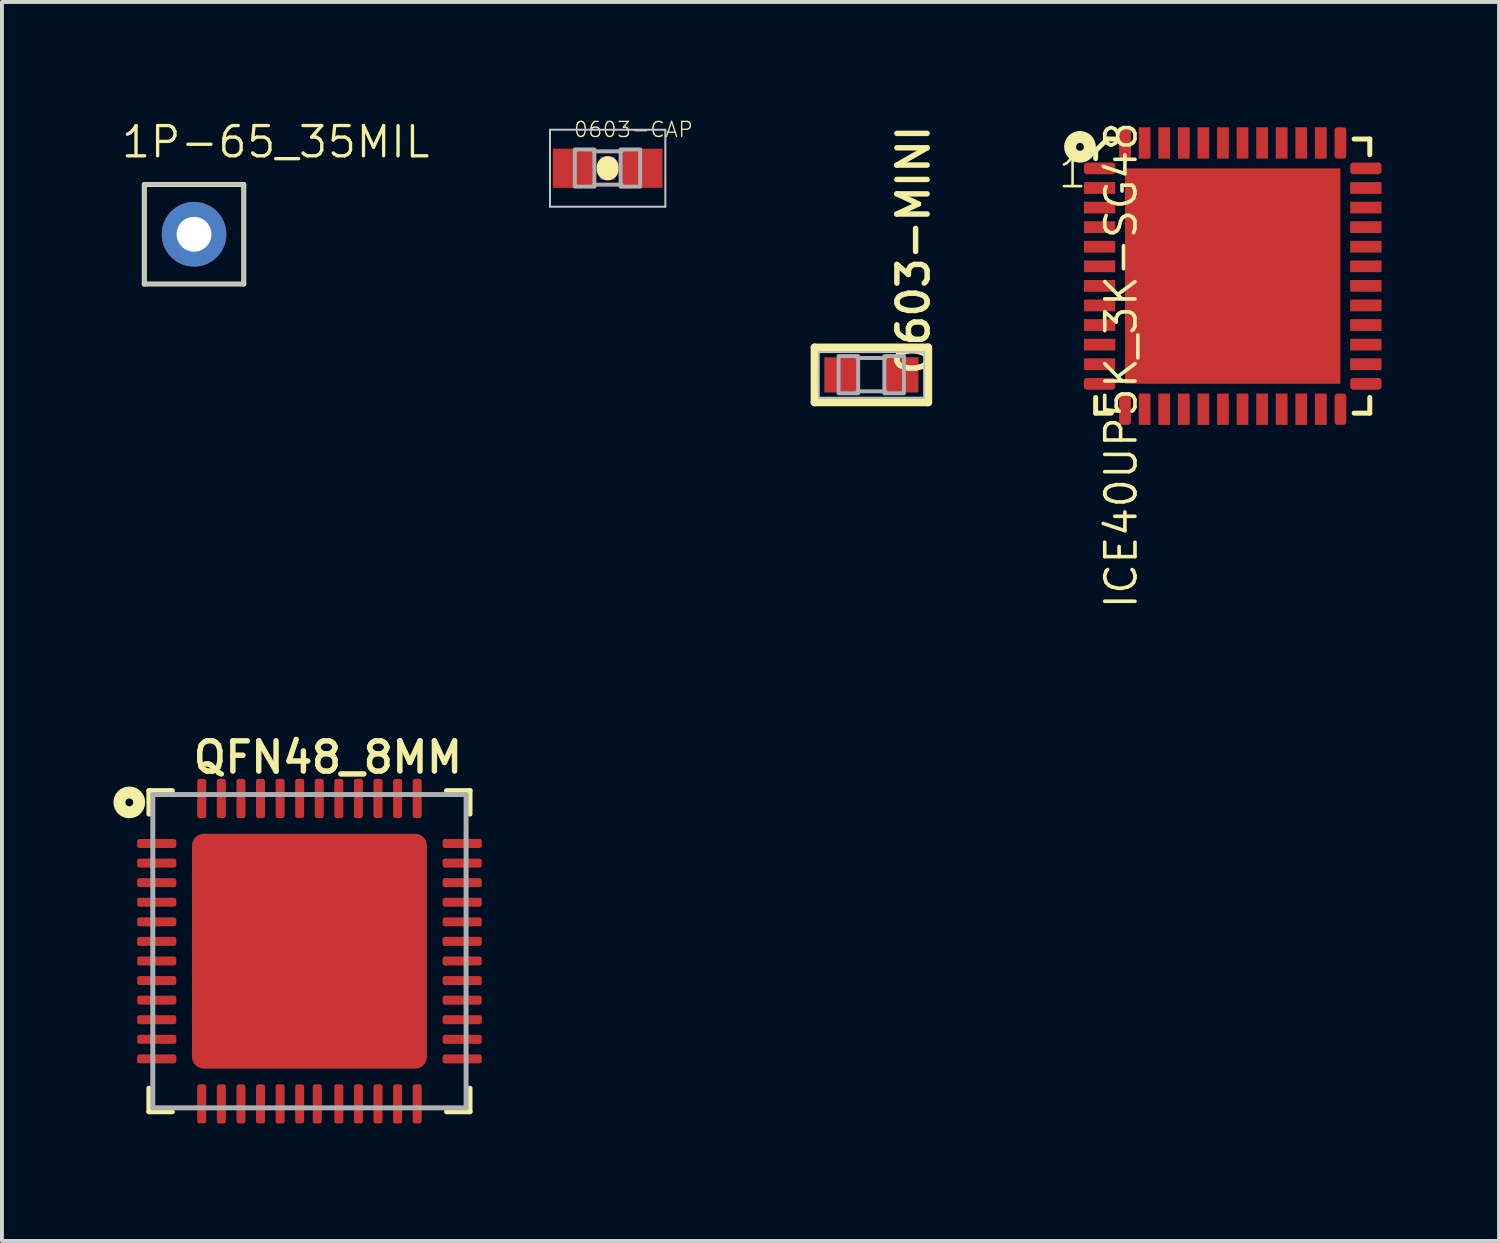
<source format=kicad_pcb>
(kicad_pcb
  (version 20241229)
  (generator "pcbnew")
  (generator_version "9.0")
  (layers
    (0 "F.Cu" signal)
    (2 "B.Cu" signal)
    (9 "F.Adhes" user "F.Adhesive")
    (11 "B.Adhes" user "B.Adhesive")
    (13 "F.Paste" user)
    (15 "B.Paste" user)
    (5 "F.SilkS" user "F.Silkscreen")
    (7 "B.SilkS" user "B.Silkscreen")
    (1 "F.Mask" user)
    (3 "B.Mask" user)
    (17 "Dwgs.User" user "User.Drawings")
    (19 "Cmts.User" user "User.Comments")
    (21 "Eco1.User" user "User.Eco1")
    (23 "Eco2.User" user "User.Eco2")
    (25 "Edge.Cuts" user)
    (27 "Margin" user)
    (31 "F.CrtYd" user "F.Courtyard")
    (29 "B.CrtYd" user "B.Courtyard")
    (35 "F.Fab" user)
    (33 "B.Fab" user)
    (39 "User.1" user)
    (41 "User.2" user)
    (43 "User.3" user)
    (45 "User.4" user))
  (footprint "ICE40UP5K_3K-SG48"
    (layer "F.Cu")
    (at 28.428 4)
    (property "Reference" "ICE40UP5K_3K-SG48" (at -3.3 -4 270) (layer "F.SilkS") (effects (font (size 0.772 0.772) (thickness 0.093)) (justify right top)))
    (attr through_hole)
    (fp_line (start -3.5 -3.2) (end -3.5 -3) (stroke (width 0.127) (type solid)) (layer "F.SilkS"))
    (fp_line (start -3.5 3.1) (end -3.5 3.5) (stroke (width 0.127) (type solid)) (layer "F.SilkS"))
    (fp_line (start -3.5 3.5) (end -3.1 3.5) (stroke (width 0.127) (type solid)) (layer "F.SilkS"))
    (fp_line (start -3.2 -3.5) (end -3.5 -3.2) (stroke (width 0.127) (type solid)) (layer "F.SilkS"))
    (fp_line (start -3 -3.5) (end -3.2 -3.5) (stroke (width 0.127) (type solid)) (layer "F.SilkS"))
    (fp_line (start 3.1 3.5) (end 3.5 3.5) (stroke (width 0.127) (type solid)) (layer "F.SilkS"))
    (fp_line (start 3.5 -3.5) (end 3.1 -3.5) (stroke (width 0.127) (type solid)) (layer "F.SilkS"))
    (fp_line (start 3.5 -3.1) (end 3.5 -3.5) (stroke (width 0.127) (type solid)) (layer "F.SilkS"))
    (fp_line (start 3.5 3.5) (end 3.5 3.1) (stroke (width 0.127) (type solid)) (layer "F.SilkS"))
    (fp_circle (center -3.9 -3.3) (end -3.8 -3.3) (stroke (width 0.305) (type solid)) (fill no) (layer "F.SilkS"))
    (fp_text user "1" (at -4.5 -2.2 0) (layer "F.SilkS") (effects (font (size 0.772 0.772) (thickness 0.065)) (justify left bottom)))
    (pad "1" smd roundrect (at -3.4 -2.75) (size 0.8 0.3) (layers "F.Cu" "F.Mask" "F.Paste") (roundrect_rratio 0.25))
    (pad "2" smd rect (at -3.4 -2.25) (size 0.8 0.3) (layers "F.Cu" "F.Mask" "F.Paste"))
    (pad "3" smd rect (at -3.4 -1.75) (size 0.8 0.3) (layers "F.Cu" "F.Mask" "F.Paste"))
    (pad "4" smd rect (at -3.4 -1.25) (size 0.8 0.3) (layers "F.Cu" "F.Mask" "F.Paste"))
    (pad "5" smd rect (at -3.4 -0.75) (size 0.8 0.3) (layers "F.Cu" "F.Mask" "F.Paste"))
    (pad "6" smd rect (at -3.4 -0.25) (size 0.8 0.3) (layers "F.Cu" "F.Mask" "F.Paste"))
    (pad "7" smd rect (at -3.4 0.25) (size 0.8 0.3) (layers "F.Cu" "F.Mask" "F.Paste"))
    (pad "8" smd rect (at -3.4 0.75) (size 0.8 0.3) (layers "F.Cu" "F.Mask" "F.Paste"))
    (pad "9" smd rect (at -3.4 1.25) (size 0.8 0.3) (layers "F.Cu" "F.Mask" "F.Paste"))
    (pad "10" smd rect (at -3.4 1.75) (size 0.8 0.3) (layers "F.Cu" "F.Mask" "F.Paste"))
    (pad "11" smd rect (at -3.4 2.25) (size 0.8 0.3) (layers "F.Cu" "F.Mask" "F.Paste"))
    (pad "12" smd roundrect (at -3.4 2.75) (size 0.8 0.3) (layers "F.Cu" "F.Mask" "F.Paste") (roundrect_rratio 0.25))
    (pad "13" smd roundrect (at -2.75 3.4 90) (size 0.8 0.3) (layers "F.Cu" "F.Mask" "F.Paste") (roundrect_rratio 0.25))
    (pad "14" smd rect (at -2.25 3.4 90) (size 0.8 0.3) (layers "F.Cu" "F.Mask" "F.Paste"))
    (pad "15" smd rect (at -1.75 3.4 90) (size 0.8 0.3) (layers "F.Cu" "F.Mask" "F.Paste"))
    (pad "16" smd rect (at -1.25 3.4 90) (size 0.8 0.3) (layers "F.Cu" "F.Mask" "F.Paste"))
    (pad "17" smd rect (at -0.75 3.4 90) (size 0.8 0.3) (layers "F.Cu" "F.Mask" "F.Paste"))
    (pad "18" smd rect (at -0.25 3.4 90) (size 0.8 0.3) (layers "F.Cu" "F.Mask" "F.Paste"))
    (pad "19" smd rect (at 0.25 3.4 90) (size 0.8 0.3) (layers "F.Cu" "F.Mask" "F.Paste"))
    (pad "20" smd rect (at 0.75 3.4 90) (size 0.8 0.3) (layers "F.Cu" "F.Mask" "F.Paste"))
    (pad "21" smd rect (at 1.25 3.4 90) (size 0.8 0.3) (layers "F.Cu" "F.Mask" "F.Paste"))
    (pad "22" smd rect (at 1.75 3.4 90) (size 0.8 0.3) (layers "F.Cu" "F.Mask" "F.Paste"))
    (pad "23" smd rect (at 2.25 3.4 90) (size 0.8 0.3) (layers "F.Cu" "F.Mask" "F.Paste"))
    (pad "24" smd roundrect (at 2.75 3.4 90) (size 0.8 0.3) (layers "F.Cu" "F.Mask" "F.Paste") (roundrect_rratio 0.25))
    (pad "25" smd roundrect (at 3.4 2.75) (size 0.8 0.3) (layers "F.Cu" "F.Mask" "F.Paste") (roundrect_rratio 0.25))
    (pad "26" smd rect (at 3.4 2.25) (size 0.8 0.3) (layers "F.Cu" "F.Mask" "F.Paste"))
    (pad "27" smd rect (at 3.4 1.75) (size 0.8 0.3) (layers "F.Cu" "F.Mask" "F.Paste"))
    (pad "28" smd rect (at 3.4 1.25) (size 0.8 0.3) (layers "F.Cu" "F.Mask" "F.Paste"))
    (pad "29" smd rect (at 3.4 0.75) (size 0.8 0.3) (layers "F.Cu" "F.Mask" "F.Paste"))
    (pad "30" smd rect (at 3.4 0.25) (size 0.8 0.3) (layers "F.Cu" "F.Mask" "F.Paste"))
    (pad "31" smd rect (at 3.4 -0.25) (size 0.8 0.3) (layers "F.Cu" "F.Mask" "F.Paste"))
    (pad "32" smd rect (at 3.4 -0.75) (size 0.8 0.3) (layers "F.Cu" "F.Mask" "F.Paste"))
    (pad "33" smd rect (at 3.4 -1.25) (size 0.8 0.3) (layers "F.Cu" "F.Mask" "F.Paste"))
    (pad "34" smd rect (at 3.4 -1.75) (size 0.8 0.3) (layers "F.Cu" "F.Mask" "F.Paste"))
    (pad "35" smd rect (at 3.4 -2.25) (size 0.8 0.3) (layers "F.Cu" "F.Mask" "F.Paste"))
    (pad "36" smd roundrect (at 3.4 -2.75) (size 0.8 0.3) (layers "F.Cu" "F.Mask" "F.Paste") (roundrect_rratio 0.25))
    (pad "37" smd roundrect (at 2.75 -3.4 90) (size 0.8 0.3) (layers "F.Cu" "F.Mask" "F.Paste") (roundrect_rratio 0.25))
    (pad "38" smd rect (at 2.25 -3.4 90) (size 0.8 0.3) (layers "F.Cu" "F.Mask" "F.Paste"))
    (pad "39" smd rect (at 1.75 -3.4 90) (size 0.8 0.3) (layers "F.Cu" "F.Mask" "F.Paste"))
    (pad "40" smd rect (at 1.25 -3.4 90) (size 0.8 0.3) (layers "F.Cu" "F.Mask" "F.Paste"))
    (pad "41" smd rect (at 0.75 -3.4 90) (size 0.8 0.3) (layers "F.Cu" "F.Mask" "F.Paste"))
    (pad "42" smd rect (at 0.25 -3.4 90) (size 0.8 0.3) (layers "F.Cu" "F.Mask" "F.Paste"))
    (pad "43" smd rect (at -0.25 -3.4 90) (size 0.8 0.3) (layers "F.Cu" "F.Mask" "F.Paste"))
    (pad "44" smd rect (at -0.75 -3.4 90) (size 0.8 0.3) (layers "F.Cu" "F.Mask" "F.Paste"))
    (pad "45" smd rect (at -1.25 -3.4 90) (size 0.8 0.3) (layers "F.Cu" "F.Mask" "F.Paste"))
    (pad "46" smd rect (at -1.75 -3.4 90) (size 0.8 0.3) (layers "F.Cu" "F.Mask" "F.Paste"))
    (pad "47" smd rect (at -2.25 -3.4 90) (size 0.8 0.3) (layers "F.Cu" "F.Mask" "F.Paste"))
    (pad "48" smd roundrect (at -2.75 -3.4 90) (size 0.8 0.3) (layers "F.Cu" "F.Mask" "F.Paste") (roundrect_rratio 0.25))
    (pad "49" smd rect (at 0 0) (size 5.5 5.5) (layers "F.Cu" "F.Mask" "F.Paste")))
  (footprint "0603-MINI"
    (layer "F.Cu")
    (at 19.202 6.523)
    (property "Reference" "0603-MINI" (at 1.524 0.064 90) (layer "F.SilkS") (effects (font (size 0.772 0.772) (thickness 0.139)) (justify left bottom)))
    (attr through_hole)
    (fp_line (start -1.45 -0.7) (end 1.45 -0.7) (stroke (width 0.203) (type solid)) (layer "F.SilkS"))
    (fp_line (start -1.45 0.7) (end -1.45 -0.7) (stroke (width 0.203) (type solid)) (layer "F.SilkS"))
    (fp_line (start 1.45 -0.7) (end 1.45 0.7) (stroke (width 0.203) (type solid)) (layer "F.SilkS"))
    (fp_line (start 1.45 0.7) (end -1.45 0.7) (stroke (width 0.203) (type solid)) (layer "F.SilkS"))
    (fp_line (start -1.346 -0.583) (end 1.346 -0.583) (stroke (width 0.051) (type solid)) (layer "Dwgs.User"))
    (fp_line (start -1.346 0.583) (end -1.346 -0.583) (stroke (width 0.051) (type solid)) (layer "Dwgs.User"))
    (fp_line (start 1.346 -0.583) (end 1.346 0.583) (stroke (width 0.051) (type solid)) (layer "Dwgs.User"))
    (fp_line (start 1.346 0.583) (end -1.346 0.583) (stroke (width 0.051) (type solid)) (layer "Dwgs.User"))
    (fp_line (start -0.356 -0.432) (end 0.356 -0.432) (stroke (width 0.102) (type solid)) (layer "F.Fab"))
    (fp_line (start -0.356 0.419) (end 0.356 0.419) (stroke (width 0.102) (type solid)) (layer "F.Fab"))
    (fp_poly (pts (xy -0.838 0.47) (xy -0.338 0.47) (xy -0.338 -0.48) (xy -0.838 -0.48)) (stroke (width 0.1) (type solid)) (fill no) (layer "F.Fab"))
    (fp_poly (pts (xy 0.33 0.47) (xy 0.83 0.47) (xy 0.83 -0.48) (xy 0.33 -0.48)) (stroke (width 0.1) (type solid)) (fill no) (layer "F.Fab"))
    (pad "1" smd rect (at -0.75 0) (size 0.9 0.9) (layers "F.Cu" "F.Mask" "F.Paste"))
    (pad "2" smd rect (at 0.75 0) (size 0.9 0.9) (layers "F.Cu" "F.Mask" "F.Paste")))
  (footprint "1P-65_35MIL"
    (layer "F.Cu")
    (at 1.905 2.932)
    (property "Reference" "1P-65_35MIL" (at -1.905 -1.905 0) (layer "F.SilkS") (effects (font (size 0.772 0.772) (thickness 0.085)) (justify left bottom)))
    (attr through_hole)
    (fp_line (start -1.27 -1.27) (end 1.27 -1.27) (stroke (width 0.127) (type solid)) (layer "F.SilkS"))
    (fp_line (start -1.27 1.27) (end -1.27 -1.27) (stroke (width 0.127) (type solid)) (layer "F.SilkS"))
    (fp_line (start 1.27 -1.27) (end 1.27 1.27) (stroke (width 0.127) (type solid)) (layer "F.SilkS"))
    (fp_line (start 1.27 1.27) (end -1.27 1.27) (stroke (width 0.127) (type solid)) (layer "F.SilkS"))
    (fp_poly (pts (xy -1.27 1.27) (xy 1.27 1.27) (xy 1.27 -1.27) (xy -1.27 -1.27)) (stroke (width 0.1) (type solid)) (fill no) (layer "Dwgs.User"))
    (pad "1" thru_hole circle (at 0 0) (size 1.651 1.651) (drill 0.889) (layers "*.Cu" "*.Mask")))
  (footprint "0603-CAP"
    (layer "F.Cu")
    (at 12.467 1.246)
    (property "Reference" "0603-CAP" (at -0.889 -0.762 0) (layer "F.SilkS") (effects (font (size 0.386 0.386) (thickness 0.033)) (justify left bottom)))
    (attr through_hole)
    (fp_line (start 0 -0.03) (end 0 0.03) (stroke (width 0.559) (type solid)) (layer "F.SilkS"))
    (fp_poly (pts (xy -0.2 0.3) (xy 0.2 0.3) (xy 0.2 -0.3) (xy -0.2 -0.3)) (stroke (width 0) (type solid)) (fill yes) (layer "F.Adhes"))
    (fp_line (start -1.473 -0.983) (end 1.473 -0.983) (stroke (width 0.051) (type solid)) (layer "Dwgs.User"))
    (fp_line (start -1.473 0.983) (end -1.473 -0.983) (stroke (width 0.051) (type solid)) (layer "Dwgs.User"))
    (fp_line (start 1.473 -0.983) (end 1.473 0.983) (stroke (width 0.051) (type solid)) (layer "Dwgs.User"))
    (fp_line (start 1.473 0.983) (end -1.473 0.983) (stroke (width 0.051) (type solid)) (layer "Dwgs.User"))
    (fp_line (start -0.356 -0.432) (end 0.356 -0.432) (stroke (width 0.102) (type solid)) (layer "F.Fab"))
    (fp_line (start -0.356 0.419) (end 0.356 0.419) (stroke (width 0.102) (type solid)) (layer "F.Fab"))
    (fp_poly (pts (xy -0.838 0.47) (xy -0.338 0.47) (xy -0.338 -0.48) (xy -0.838 -0.48)) (stroke (width 0.1) (type solid)) (fill no) (layer "F.Fab"))
    (fp_poly (pts (xy 0.33 0.47) (xy 0.83 0.47) (xy 0.83 -0.48) (xy 0.33 -0.48)) (stroke (width 0.1) (type solid)) (fill no) (layer "F.Fab"))
    (pad "1" smd rect (at -0.85 0) (size 1.1 1) (layers "F.Cu" "F.Mask" "F.Paste"))
    (pad "2" smd rect (at 0.85 0) (size 1.1 1) (layers "F.Cu" "F.Mask" "F.Paste")))
  (footprint "QFN48_8MM"
    (layer "F.Cu")
    (at 4.852 21.239)
    (property "Reference" "QFN48_8MM" (at -3.04 -4.498 0) (layer "F.SilkS") (effects (font (size 0.772 0.772) (thickness 0.139)) (justify left bottom)))
    (attr through_hole)
    (fp_line (start -4.1 -4.1) (end -4.1 -3.5) (stroke (width 0.127) (type solid)) (layer "F.SilkS"))
    (fp_line (start -4.1 3.5) (end -4.1 4.1) (stroke (width 0.127) (type solid)) (layer "F.SilkS"))
    (fp_line (start -4.1 4.1) (end -3.5 4.1) (stroke (width 0.127) (type solid)) (layer "F.SilkS"))
    (fp_line (start -3.5 -4.1) (end -4.1 -4.1) (stroke (width 0.127) (type solid)) (layer "F.SilkS"))
    (fp_line (start 3.5 -4.1) (end 4.1 -4.1) (stroke (width 0.127) (type solid)) (layer "F.SilkS"))
    (fp_line (start 4.1 -4.1) (end 4.1 -3.5) (stroke (width 0.127) (type solid)) (layer "F.SilkS"))
    (fp_line (start 4.1 3.5) (end 4.1 4.1) (stroke (width 0.127) (type solid)) (layer "F.SilkS"))
    (fp_line (start 4.1 4.1) (end 3.5 4.1) (stroke (width 0.127) (type solid)) (layer "F.SilkS"))
    (fp_circle (center -4.6 -3.8) (end -4.5 -3.8) (stroke (width 0.305) (type solid)) (fill no) (layer "F.SilkS"))
    (fp_poly (pts (xy -2 -0.5) (xy -0.5 -0.5) (xy -0.5 -2) (xy -2 -2)) (stroke (width 0) (type solid)) (fill yes) (layer "F.Paste"))
    (fp_poly (pts (xy -2 2) (xy -0.5 2) (xy -0.5 0.5) (xy -2 0.5)) (stroke (width 0) (type solid)) (fill yes) (layer "F.Paste"))
    (fp_poly (pts (xy 0.5 -0.5) (xy 2 -0.5) (xy 2 -2) (xy 0.5 -2)) (stroke (width 0) (type solid)) (fill yes) (layer "F.Paste"))
    (fp_poly (pts (xy 0.5 2) (xy 2 2) (xy 2 0.5) (xy 0.5 0.5)) (stroke (width 0) (type solid)) (fill yes) (layer "F.Paste"))
    (fp_line (start -4 -4) (end 4 -4) (stroke (width 0.127) (type solid)) (layer "F.Fab"))
    (fp_line (start -4 4) (end -4 -4) (stroke (width 0.127) (type solid)) (layer "F.Fab"))
    (fp_line (start 4 -4) (end 4 4) (stroke (width 0.127) (type solid)) (layer "F.Fab"))
    (fp_line (start 4 4) (end -4 4) (stroke (width 0.127) (type solid)) (layer "F.Fab"))
    (pad "1" smd roundrect (at -3.9 -2.75 90) (size 0.23 1) (layers "F.Cu" "F.Mask" "F.Paste") (roundrect_rratio 0.25))
    (pad "2" smd roundrect (at -3.9 -2.25 90) (size 0.23 1) (layers "F.Cu" "F.Mask" "F.Paste") (roundrect_rratio 0.25))
    (pad "3" smd roundrect (at -3.9 -1.75 90) (size 0.23 1) (layers "F.Cu" "F.Mask" "F.Paste") (roundrect_rratio 0.25))
    (pad "4" smd roundrect (at -3.9 -1.25 90) (size 0.23 1) (layers "F.Cu" "F.Mask" "F.Paste") (roundrect_rratio 0.25))
    (pad "5" smd roundrect (at -3.9 -0.75 90) (size 0.23 1) (layers "F.Cu" "F.Mask" "F.Paste") (roundrect_rratio 0.25))
    (pad "6" smd roundrect (at -3.9 -0.25 90) (size 0.23 1) (layers "F.Cu" "F.Mask" "F.Paste") (roundrect_rratio 0.25))
    (pad "7" smd roundrect (at -3.9 0.25 90) (size 0.23 1) (layers "F.Cu" "F.Mask" "F.Paste") (roundrect_rratio 0.25))
    (pad "8" smd roundrect (at -3.9 0.75 90) (size 0.23 1) (layers "F.Cu" "F.Mask" "F.Paste") (roundrect_rratio 0.25))
    (pad "9" smd roundrect (at -3.9 1.25 90) (size 0.23 1) (layers "F.Cu" "F.Mask" "F.Paste") (roundrect_rratio 0.25))
    (pad "10" smd roundrect (at -3.9 1.75 90) (size 0.23 1) (layers "F.Cu" "F.Mask" "F.Paste") (roundrect_rratio 0.25))
    (pad "11" smd roundrect (at -3.9 2.25 90) (size 0.23 1) (layers "F.Cu" "F.Mask" "F.Paste") (roundrect_rratio 0.25))
    (pad "12" smd roundrect (at -3.9 2.75 90) (size 0.23 1) (layers "F.Cu" "F.Mask" "F.Paste") (roundrect_rratio 0.25))
    (pad "13" smd roundrect (at -2.75 3.9 180) (size 0.23 1) (layers "F.Cu" "F.Mask" "F.Paste") (roundrect_rratio 0.25))
    (pad "14" smd roundrect (at -2.25 3.9 180) (size 0.23 1) (layers "F.Cu" "F.Mask" "F.Paste") (roundrect_rratio 0.25))
    (pad "15" smd roundrect (at -1.75 3.9 180) (size 0.23 1) (layers "F.Cu" "F.Mask" "F.Paste") (roundrect_rratio 0.25))
    (pad "16" smd roundrect (at -1.25 3.9 180) (size 0.23 1) (layers "F.Cu" "F.Mask" "F.Paste") (roundrect_rratio 0.25))
    (pad "17" smd roundrect (at -0.75 3.9 180) (size 0.23 1) (layers "F.Cu" "F.Mask" "F.Paste") (roundrect_rratio 0.25))
    (pad "18" smd roundrect (at -0.25 3.9 180) (size 0.23 1) (layers "F.Cu" "F.Mask" "F.Paste") (roundrect_rratio 0.25))
    (pad "19" smd roundrect (at 0.2 3.9 180) (size 0.23 1) (layers "F.Cu" "F.Mask" "F.Paste") (roundrect_rratio 0.25))
    (pad "20" smd roundrect (at 0.75 3.9 180) (size 0.23 1) (layers "F.Cu" "F.Mask" "F.Paste") (roundrect_rratio 0.25))
    (pad "21" smd roundrect (at 1.25 3.9 180) (size 0.23 1) (layers "F.Cu" "F.Mask" "F.Paste") (roundrect_rratio 0.25))
    (pad "22" smd roundrect (at 1.75 3.9 180) (size 0.23 1) (layers "F.Cu" "F.Mask" "F.Paste") (roundrect_rratio 0.25))
    (pad "23" smd roundrect (at 2.25 3.9 180) (size 0.23 1) (layers "F.Cu" "F.Mask" "F.Paste") (roundrect_rratio 0.25))
    (pad "24" smd roundrect (at 2.75 3.9 180) (size 0.23 1) (layers "F.Cu" "F.Mask" "F.Paste") (roundrect_rratio 0.25))
    (pad "25" smd roundrect (at 3.9 2.75 270) (size 0.23 1) (layers "F.Cu" "F.Mask" "F.Paste") (roundrect_rratio 0.25))
    (pad "26" smd roundrect (at 3.9 2.25 270) (size 0.23 1) (layers "F.Cu" "F.Mask" "F.Paste") (roundrect_rratio 0.25))
    (pad "27" smd roundrect (at 3.9 1.75 270) (size 0.23 1) (layers "F.Cu" "F.Mask" "F.Paste") (roundrect_rratio 0.25))
    (pad "28" smd roundrect (at 3.9 1.25 270) (size 0.23 1) (layers "F.Cu" "F.Mask" "F.Paste") (roundrect_rratio 0.25))
    (pad "29" smd roundrect (at 3.9 0.75 270) (size 0.23 1) (layers "F.Cu" "F.Mask" "F.Paste") (roundrect_rratio 0.25))
    (pad "30" smd roundrect (at 3.9 0.25 270) (size 0.23 1) (layers "F.Cu" "F.Mask" "F.Paste") (roundrect_rratio 0.25))
    (pad "31" smd roundrect (at 3.9 -0.25 270) (size 0.23 1) (layers "F.Cu" "F.Mask" "F.Paste") (roundrect_rratio 0.25))
    (pad "32" smd roundrect (at 3.9 -0.75 270) (size 0.23 1) (layers "F.Cu" "F.Mask" "F.Paste") (roundrect_rratio 0.25))
    (pad "33" smd roundrect (at 3.9 -1.25 270) (size 0.23 1) (layers "F.Cu" "F.Mask" "F.Paste") (roundrect_rratio 0.25))
    (pad "34" smd roundrect (at 3.9 -1.75 270) (size 0.23 1) (layers "F.Cu" "F.Mask" "F.Paste") (roundrect_rratio 0.25))
    (pad "35" smd roundrect (at 3.9 -2.25 270) (size 0.23 1) (layers "F.Cu" "F.Mask" "F.Paste") (roundrect_rratio 0.25))
    (pad "36" smd roundrect (at 3.9 -2.75 270) (size 0.23 1) (layers "F.Cu" "F.Mask" "F.Paste") (roundrect_rratio 0.25))
    (pad "37" smd roundrect (at 2.75 -3.9) (size 0.23 1) (layers "F.Cu" "F.Mask" "F.Paste") (roundrect_rratio 0.25))
    (pad "38" smd roundrect (at 2.25 -3.9) (size 0.23 1) (layers "F.Cu" "F.Mask" "F.Paste") (roundrect_rratio 0.25))
    (pad "39" smd roundrect (at 1.75 -3.9) (size 0.23 1) (layers "F.Cu" "F.Mask" "F.Paste") (roundrect_rratio 0.25))
    (pad "40" smd roundrect (at 1.25 -3.9) (size 0.23 1) (layers "F.Cu" "F.Mask" "F.Paste") (roundrect_rratio 0.25))
    (pad "41" smd roundrect (at 0.75 -3.9) (size 0.23 1) (layers "F.Cu" "F.Mask" "F.Paste") (roundrect_rratio 0.25))
    (pad "42" smd roundrect (at 0.25 -3.9) (size 0.23 1) (layers "F.Cu" "F.Mask" "F.Paste") (roundrect_rratio 0.25))
    (pad "43" smd roundrect (at -0.25 -3.9) (size 0.23 1) (layers "F.Cu" "F.Mask" "F.Paste") (roundrect_rratio 0.25))
    (pad "44" smd roundrect (at -0.75 -3.9) (size 0.23 1) (layers "F.Cu" "F.Mask" "F.Paste") (roundrect_rratio 0.25))
    (pad "45" smd roundrect (at -1.25 -3.9) (size 0.23 1) (layers "F.Cu" "F.Mask" "F.Paste") (roundrect_rratio 0.25))
    (pad "46" smd roundrect (at -1.75 -3.9) (size 0.23 1) (layers "F.Cu" "F.Mask" "F.Paste") (roundrect_rratio 0.25))
    (pad "47" smd roundrect (at -2.25 -3.9) (size 0.23 1) (layers "F.Cu" "F.Mask" "F.Paste") (roundrect_rratio 0.25))
    (pad "48" smd roundrect (at -2.75 -3.9) (size 0.23 1) (layers "F.Cu" "F.Mask" "F.Paste") (roundrect_rratio 0.25))
    (pad "THERMAL" smd roundrect (at 0 0) (size 6 6) (layers "F.Cu" "F.Mask") (roundrect_rratio 0.05)))
  (gr_rect
    (start -3 -3)
    (end 35.228 28.639)
    (stroke (width 0.1) (type default))
    (fill no)
    (layer "Edge.Cuts")))
</source>
